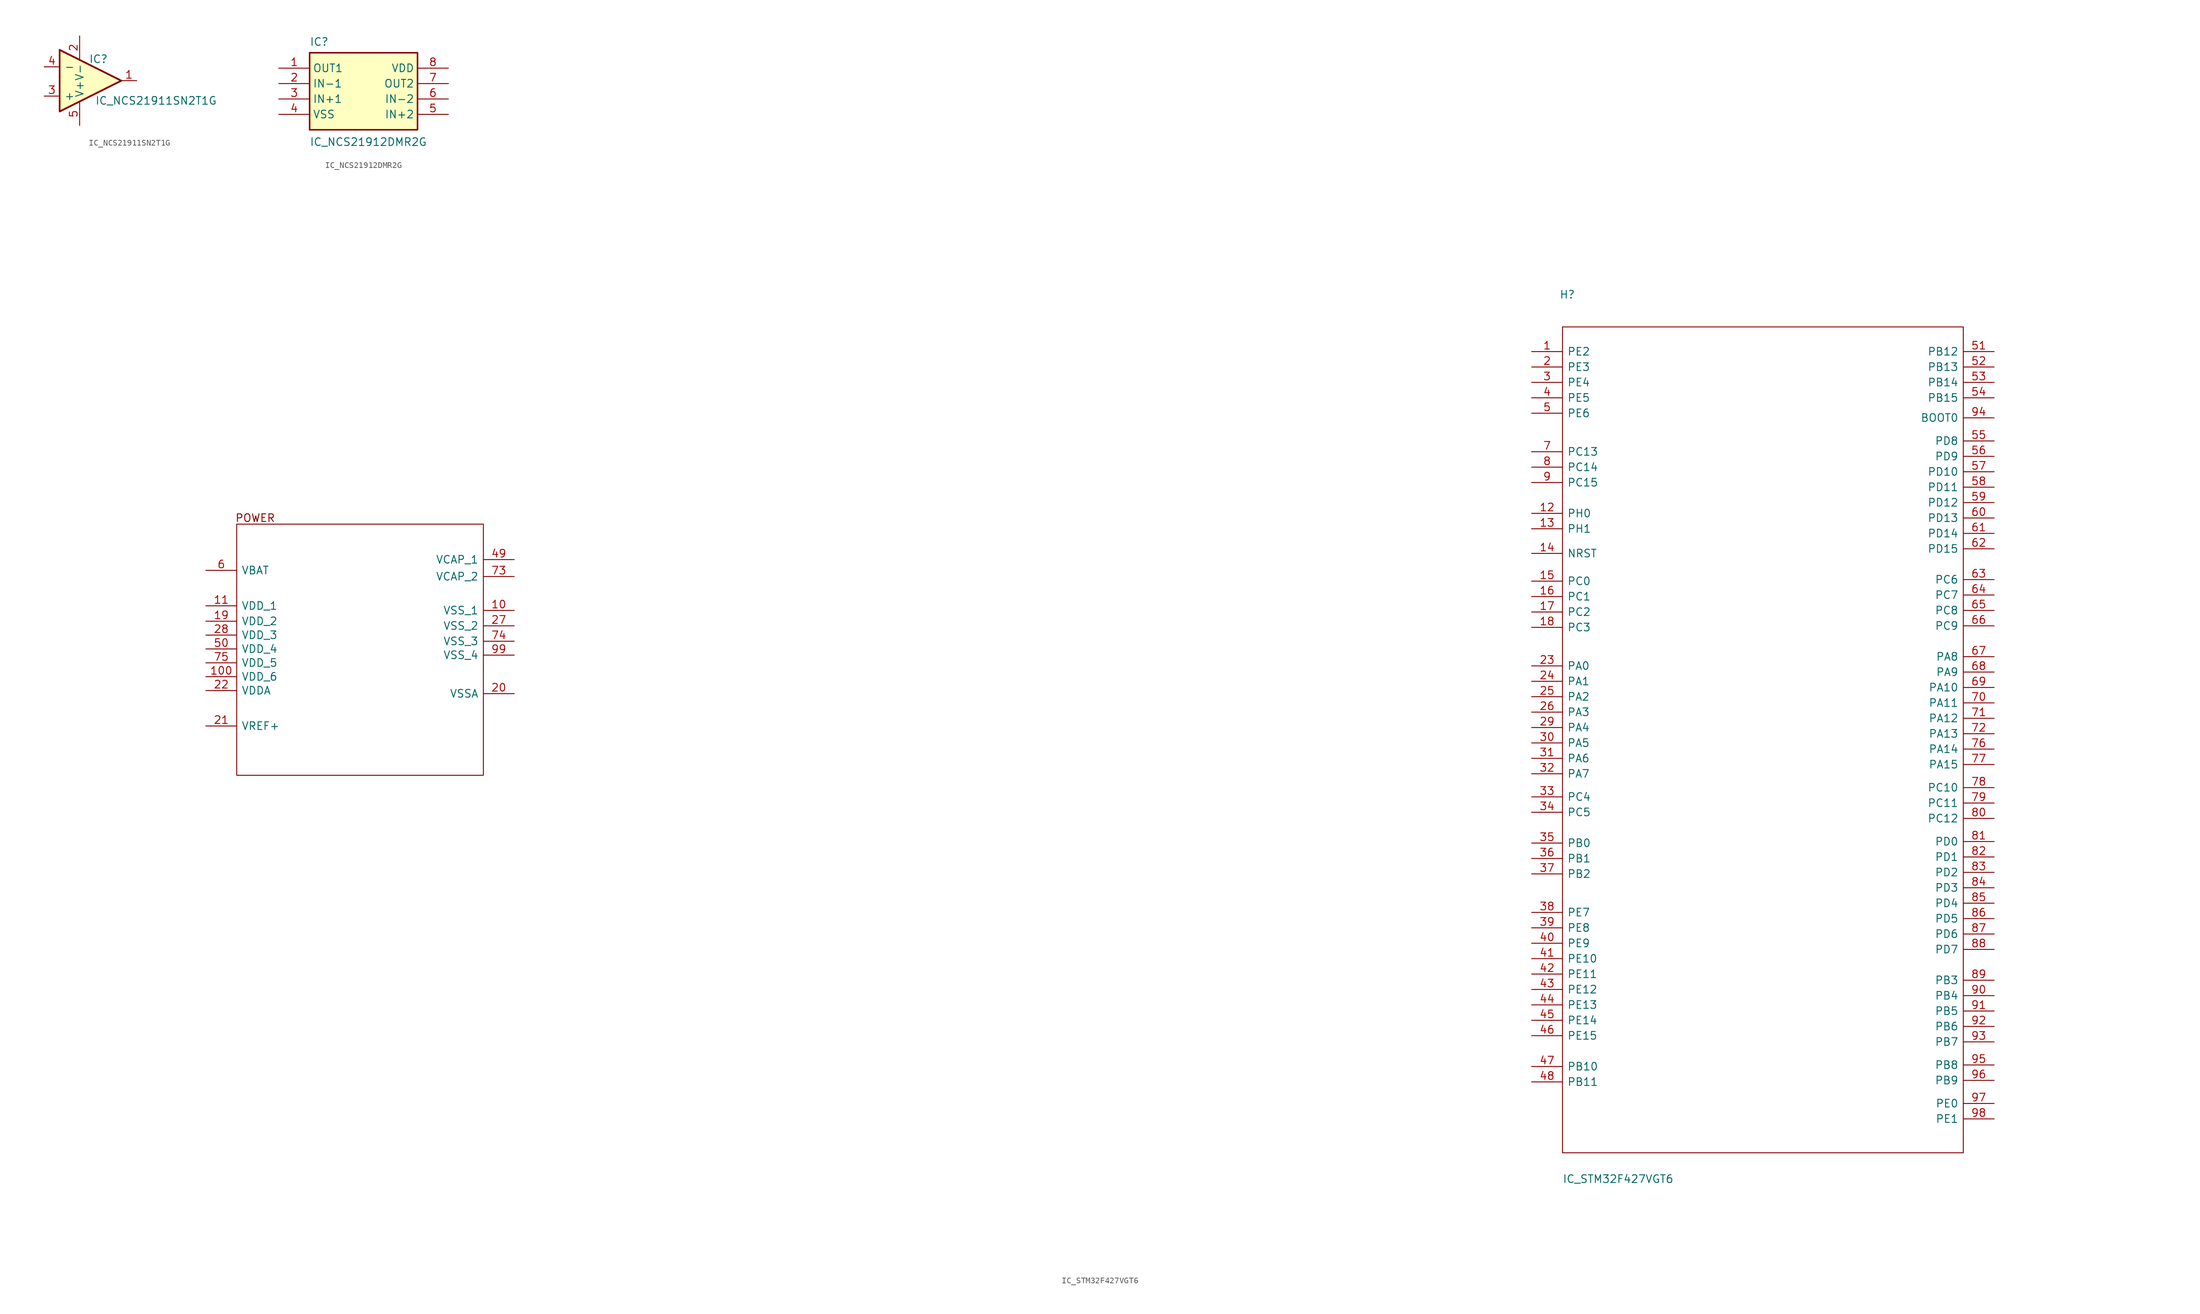
<source format=kicad_sym>
(kicad_symbol_lib
  (version 20220914)
  (generator kicad_symbol_editor)
  (symbol "IC_NCS21911SN2T1G"
    (pin_names
      (offset 0.762))
    (property "Reference" "IC"
      (at -1.524 -14.986 0)
      (effects (font (size 1.27 1.27)) (justify left)))
    (property "Value" "IC_NCS21911SN2T1G"
      (at -0.508 -21.844 0)
      (effects (font (size 1.27 1.27)) (justify left)))
    (symbol "IC_NCS21911SN2T1G_1_1"
      (polyline (pts (xy -6.35 -23.622) (xy 3.81 -18.542) (xy -6.35 -13.462) (xy -6.35 -23.622)) (stroke (width 0.254) (type default)) (fill (type background)))
      (polyline (pts (xy -6.35 -23.622) (xy 3.81 -18.542) (xy -6.35 -13.462) (xy -6.35 -23.622)) (stroke (width 0.254) (type default)) (fill (type background)))
      (polyline (pts (xy -6.35 -23.622) (xy 3.81 -18.542) (xy -6.35 -13.462) (xy -6.35 -23.622)) (stroke (width 0.254) (type default)) (fill (type background)))
      (polyline (pts (xy -6.35 -23.622) (xy 3.81 -18.542) (xy -6.35 -13.462) (xy -6.35 -23.622)) (stroke (width 0.254) (type default)) (fill (type background)))
      (pin output line (at 6.35 -18.542 180) (length 2.54) (name "~" (effects (font (size 1.27 1.27)))) (number "1" (effects (font (size 1.27 1.27)))))
      (pin power_in line (at -3.048 -11.176 270) (length 3.81) (name "V-" (effects (font (size 1.27 1.27)))) (number "2" (effects (font (size 1.27 1.27)))))
      (pin input line (at -8.89 -21.082 0) (length 2.54) (name "+" (effects (font (size 1.27 1.27)))) (number "3" (effects (font (size 1.27 1.27)))))
      (pin input line (at -8.89 -16.256 0) (length 2.54) (name "-" (effects (font (size 1.27 1.27)))) (number "4" (effects (font (size 1.27 1.27)))))
      (pin power_in line (at -3.048 -25.908 90) (length 3.81) (name "V+" (effects (font (size 1.27 1.27)))) (number "5" (effects (font (size 1.27 1.27)))))))
  (symbol "IC_NCS21912DMR2G"
    (property "Reference" "IC"
      (at 5.08 5.08 0)
      (effects (font (size 1.27 1.27)) (justify left top)))
    (property "Value" "IC_NCS21912DMR2G"
      (at 5.08 -11.43 0)
      (effects (font (size 1.27 1.27)) (justify left top)))
    (symbol "IC_NCS21912DMR2G_1_1"
      (rectangle (start 5.08 2.54) (end 22.86 -10.16) (stroke (width 0.254) (type default)) (fill (type background)))
      (pin output line (at 0 0 0) (length 5.08) (name "OUT1" (effects (font (size 1.27 1.27)))) (number "1" (effects (font (size 1.27 1.27)))))
      (pin input line (at 0 -2.54 0) (length 5.08) (name "IN-1" (effects (font (size 1.27 1.27)))) (number "2" (effects (font (size 1.27 1.27)))))
      (pin input line (at 0 -5.08 0) (length 5.08) (name "IN+1" (effects (font (size 1.27 1.27)))) (number "3" (effects (font (size 1.27 1.27)))))
      (pin power_in line (at 0 -7.62 0) (length 5.08) (name "VSS" (effects (font (size 1.27 1.27)))) (number "4" (effects (font (size 1.27 1.27)))))
      (pin input line (at 27.94 -7.62 180) (length 5.08) (name "IN+2" (effects (font (size 1.27 1.27)))) (number "5" (effects (font (size 1.27 1.27)))))
      (pin input line (at 27.94 -5.08 180) (length 5.08) (name "IN-2" (effects (font (size 1.27 1.27)))) (number "6" (effects (font (size 1.27 1.27)))))
      (pin output line (at 27.94 -2.54 180) (length 5.08) (name "OUT2" (effects (font (size 1.27 1.27)))) (number "7" (effects (font (size 1.27 1.27)))))
      (pin passive line (at 27.94 0 180) (length 5.08) (name "VDD" (effects (font (size 1.27 1.27)))) (number "8" (effects (font (size 1.27 1.27)))))))
  (symbol "IC_STM32F427VGT6"
    (pin_names
      (offset 0.762))
    (property "Reference" "H"
      (at 4.572 16.764 0)
      (effects (font (size 1.27 1.27)) (justify left)))
    (property "Value" "IC_STM32F427VGT6"
      (at 5.08 -129.032 0)
      (effects (font (size 1.27 1.27)) (justify left)))
    (symbol "IC_STM32F427VGT6_0_0"
      (pin passive line (at 0 7.366 0) (length 5.08) (name "PE2" (effects (font (size 1.27 1.27)))) (number "1" (effects (font (size 1.27 1.27)))))
      (pin passive line (at -167.64 -35.306 180) (length 5.08) (name "VSS_1" (effects (font (size 1.27 1.27)))) (number "10" (effects (font (size 1.27 1.27)))))
      (pin passive line (at -218.44 -46.228 0) (length 5.08) (name "VDD_6" (effects (font (size 1.27 1.27)))) (number "100" (effects (font (size 1.27 1.27)))))
      (pin passive line (at -218.44 -34.544 0) (length 5.08) (name "VDD_1" (effects (font (size 1.27 1.27)))) (number "11" (effects (font (size 1.27 1.27)))))
      (pin passive line (at 0 -19.304 0) (length 5.08) (name "PH0" (effects (font (size 1.27 1.27)))) (number "12" (effects (font (size 1.27 1.27)))))
      (pin passive line (at 0 -21.844 0) (length 5.08) (name "PH1" (effects (font (size 1.27 1.27)))) (number "13" (effects (font (size 1.27 1.27)))))
      (pin passive line (at 0 -25.908 0) (length 5.08) (name "NRST" (effects (font (size 1.27 1.27)))) (number "14" (effects (font (size 1.27 1.27)))))
      (pin passive line (at 0 -30.48 0) (length 5.08) (name "PC0" (effects (font (size 1.27 1.27)))) (number "15" (effects (font (size 1.27 1.27)))))
      (pin passive line (at 0 -33.02 0) (length 5.08) (name "PC1" (effects (font (size 1.27 1.27)))) (number "16" (effects (font (size 1.27 1.27)))))
      (pin passive line (at 0 -35.56 0) (length 5.08) (name "PC2" (effects (font (size 1.27 1.27)))) (number "17" (effects (font (size 1.27 1.27)))))
      (pin passive line (at 0 -38.1 0) (length 5.08) (name "PC3" (effects (font (size 1.27 1.27)))) (number "18" (effects (font (size 1.27 1.27)))))
      (pin passive line (at -218.44 -37.084 0) (length 5.08) (name "VDD_2" (effects (font (size 1.27 1.27)))) (number "19" (effects (font (size 1.27 1.27)))))
      (pin passive line (at 0 4.826 0) (length 5.08) (name "PE3" (effects (font (size 1.27 1.27)))) (number "2" (effects (font (size 1.27 1.27)))))
      (pin passive line (at -167.64 -49.022 180) (length 5.08) (name "VSSA" (effects (font (size 1.27 1.27)))) (number "20" (effects (font (size 1.27 1.27)))))
      (pin passive line (at -218.44 -54.356 0) (length 5.08) (name "VREF+" (effects (font (size 1.27 1.27)))) (number "21" (effects (font (size 1.27 1.27)))))
      (pin passive line (at -218.44 -48.514 0) (length 5.08) (name "VDDA" (effects (font (size 1.27 1.27)))) (number "22" (effects (font (size 1.27 1.27)))))
      (pin passive line (at 0 -44.45 0) (length 5.08) (name "PA0" (effects (font (size 1.27 1.27)))) (number "23" (effects (font (size 1.27 1.27)))))
      (pin passive line (at 0 -46.99 0) (length 5.08) (name "PA1" (effects (font (size 1.27 1.27)))) (number "24" (effects (font (size 1.27 1.27)))))
      (pin passive line (at 0 -49.53 0) (length 5.08) (name "PA2" (effects (font (size 1.27 1.27)))) (number "25" (effects (font (size 1.27 1.27)))))
      (pin passive line (at 0 -52.07 0) (length 5.08) (name "PA3" (effects (font (size 1.27 1.27)))) (number "26" (effects (font (size 1.27 1.27)))))
      (pin passive line (at -167.64 -37.846 180) (length 5.08) (name "VSS_2" (effects (font (size 1.27 1.27)))) (number "27" (effects (font (size 1.27 1.27)))))
      (pin passive line (at -218.44 -39.37 0) (length 5.08) (name "VDD_3" (effects (font (size 1.27 1.27)))) (number "28" (effects (font (size 1.27 1.27)))))
      (pin passive line (at 0 -54.61 0) (length 5.08) (name "PA4" (effects (font (size 1.27 1.27)))) (number "29" (effects (font (size 1.27 1.27)))))
      (pin passive line (at 0 2.286 0) (length 5.08) (name "PE4" (effects (font (size 1.27 1.27)))) (number "3" (effects (font (size 1.27 1.27)))))
      (pin passive line (at 0 -57.15 0) (length 5.08) (name "PA5" (effects (font (size 1.27 1.27)))) (number "30" (effects (font (size 1.27 1.27)))))
      (pin passive line (at 0 -59.69 0) (length 5.08) (name "PA6" (effects (font (size 1.27 1.27)))) (number "31" (effects (font (size 1.27 1.27)))))
      (pin passive line (at 0 -62.23 0) (length 5.08) (name "PA7" (effects (font (size 1.27 1.27)))) (number "32" (effects (font (size 1.27 1.27)))))
      (pin passive line (at 0 -66.04 0) (length 5.08) (name "PC4" (effects (font (size 1.27 1.27)))) (number "33" (effects (font (size 1.27 1.27)))))
      (pin passive line (at 0 -68.58 0) (length 5.08) (name "PC5" (effects (font (size 1.27 1.27)))) (number "34" (effects (font (size 1.27 1.27)))))
      (pin passive line (at 0 -73.66 0) (length 5.08) (name "PB0" (effects (font (size 1.27 1.27)))) (number "35" (effects (font (size 1.27 1.27)))))
      (pin passive line (at 0 -76.2 0) (length 5.08) (name "PB1" (effects (font (size 1.27 1.27)))) (number "36" (effects (font (size 1.27 1.27)))))
      (pin passive line (at 0 -78.74 0) (length 5.08) (name "PB2" (effects (font (size 1.27 1.27)))) (number "37" (effects (font (size 1.27 1.27)))))
      (pin passive line (at 0 -85.09 0) (length 5.08) (name "PE7" (effects (font (size 1.27 1.27)))) (number "38" (effects (font (size 1.27 1.27)))))
      (pin passive line (at 0 -87.63 0) (length 5.08) (name "PE8" (effects (font (size 1.27 1.27)))) (number "39" (effects (font (size 1.27 1.27)))))
      (pin passive line (at 0 -0.254 0) (length 5.08) (name "PE5" (effects (font (size 1.27 1.27)))) (number "4" (effects (font (size 1.27 1.27)))))
      (pin passive line (at 0 -90.17 0) (length 5.08) (name "PE9" (effects (font (size 1.27 1.27)))) (number "40" (effects (font (size 1.27 1.27)))))
      (pin passive line (at 0 -92.71 0) (length 5.08) (name "PE10" (effects (font (size 1.27 1.27)))) (number "41" (effects (font (size 1.27 1.27)))))
      (pin passive line (at 0 -95.25 0) (length 5.08) (name "PE11" (effects (font (size 1.27 1.27)))) (number "42" (effects (font (size 1.27 1.27)))))
      (pin passive line (at 0 -97.79 0) (length 5.08) (name "PE12" (effects (font (size 1.27 1.27)))) (number "43" (effects (font (size 1.27 1.27)))))
      (pin passive line (at 0 -100.33 0) (length 5.08) (name "PE13" (effects (font (size 1.27 1.27)))) (number "44" (effects (font (size 1.27 1.27)))))
      (pin passive line (at 0 -102.87 0) (length 5.08) (name "PE14" (effects (font (size 1.27 1.27)))) (number "45" (effects (font (size 1.27 1.27)))))
      (pin passive line (at 0 -105.41 0) (length 5.08) (name "PE15" (effects (font (size 1.27 1.27)))) (number "46" (effects (font (size 1.27 1.27)))))
      (pin passive line (at 0 -110.49 0) (length 5.08) (name "PB10" (effects (font (size 1.27 1.27)))) (number "47" (effects (font (size 1.27 1.27)))))
      (pin passive line (at 0 -113.03 0) (length 5.08) (name "PB11" (effects (font (size 1.27 1.27)))) (number "48" (effects (font (size 1.27 1.27)))))
      (pin passive line (at -167.64 -26.924 180) (length 5.08) (name "VCAP_1" (effects (font (size 1.27 1.27)))) (number "49" (effects (font (size 1.27 1.27)))))
      (pin passive line (at 0 -2.794 0) (length 5.08) (name "PE6" (effects (font (size 1.27 1.27)))) (number "5" (effects (font (size 1.27 1.27)))))
      (pin passive line (at -218.44 -41.656 0) (length 5.08) (name "VDD_4" (effects (font (size 1.27 1.27)))) (number "50" (effects (font (size 1.27 1.27)))))
      (pin passive line (at 76.2 7.366 180) (length 5.08) (name "PB12" (effects (font (size 1.27 1.27)))) (number "51" (effects (font (size 1.27 1.27)))))
      (pin passive line (at 76.2 4.826 180) (length 5.08) (name "PB13" (effects (font (size 1.27 1.27)))) (number "52" (effects (font (size 1.27 1.27)))))
      (pin passive line (at 76.2 2.286 180) (length 5.08) (name "PB14" (effects (font (size 1.27 1.27)))) (number "53" (effects (font (size 1.27 1.27)))))
      (pin passive line (at 76.2 -0.254 180) (length 5.08) (name "PB15" (effects (font (size 1.27 1.27)))) (number "54" (effects (font (size 1.27 1.27)))))
      (pin passive line (at 76.2 -7.366 180) (length 5.08) (name "PD8" (effects (font (size 1.27 1.27)))) (number "55" (effects (font (size 1.27 1.27)))))
      (pin passive line (at 76.2 -9.906 180) (length 5.08) (name "PD9" (effects (font (size 1.27 1.27)))) (number "56" (effects (font (size 1.27 1.27)))))
      (pin passive line (at 76.2 -12.446 180) (length 5.08) (name "PD10" (effects (font (size 1.27 1.27)))) (number "57" (effects (font (size 1.27 1.27)))))
      (pin passive line (at 76.2 -14.986 180) (length 5.08) (name "PD11" (effects (font (size 1.27 1.27)))) (number "58" (effects (font (size 1.27 1.27)))))
      (pin passive line (at 76.2 -17.526 180) (length 5.08) (name "PD12" (effects (font (size 1.27 1.27)))) (number "59" (effects (font (size 1.27 1.27)))))
      (pin passive line (at -218.44 -28.702 0) (length 5.08) (name "VBAT" (effects (font (size 1.27 1.27)))) (number "6" (effects (font (size 1.27 1.27)))))
      (pin passive line (at 76.2 -20.066 180) (length 5.08) (name "PD13" (effects (font (size 1.27 1.27)))) (number "60" (effects (font (size 1.27 1.27)))))
      (pin passive line (at 76.2 -22.606 180) (length 5.08) (name "PD14" (effects (font (size 1.27 1.27)))) (number "61" (effects (font (size 1.27 1.27)))))
      (pin passive line (at 76.2 -25.146 180) (length 5.08) (name "PD15" (effects (font (size 1.27 1.27)))) (number "62" (effects (font (size 1.27 1.27)))))
      (pin passive line (at 76.2 -30.226 180) (length 5.08) (name "PC6" (effects (font (size 1.27 1.27)))) (number "63" (effects (font (size 1.27 1.27)))))
      (pin passive line (at 76.2 -32.766 180) (length 5.08) (name "PC7" (effects (font (size 1.27 1.27)))) (number "64" (effects (font (size 1.27 1.27)))))
      (pin passive line (at 76.2 -35.306 180) (length 5.08) (name "PC8" (effects (font (size 1.27 1.27)))) (number "65" (effects (font (size 1.27 1.27)))))
      (pin passive line (at 76.2 -37.846 180) (length 5.08) (name "PC9" (effects (font (size 1.27 1.27)))) (number "66" (effects (font (size 1.27 1.27)))))
      (pin passive line (at 76.2 -42.926 180) (length 5.08) (name "PA8" (effects (font (size 1.27 1.27)))) (number "67" (effects (font (size 1.27 1.27)))))
      (pin passive line (at 76.2 -45.466 180) (length 5.08) (name "PA9" (effects (font (size 1.27 1.27)))) (number "68" (effects (font (size 1.27 1.27)))))
      (pin passive line (at 76.2 -48.006 180) (length 5.08) (name "PA10" (effects (font (size 1.27 1.27)))) (number "69" (effects (font (size 1.27 1.27)))))
      (pin passive line (at 0 -9.144 0) (length 5.08) (name "PC13" (effects (font (size 1.27 1.27)))) (number "7" (effects (font (size 1.27 1.27)))))
      (pin passive line (at 76.2 -50.546 180) (length 5.08) (name "PA11" (effects (font (size 1.27 1.27)))) (number "70" (effects (font (size 1.27 1.27)))))
      (pin passive line (at 76.2 -53.086 180) (length 5.08) (name "PA12" (effects (font (size 1.27 1.27)))) (number "71" (effects (font (size 1.27 1.27)))))
      (pin passive line (at 76.2 -55.626 180) (length 5.08) (name "PA13" (effects (font (size 1.27 1.27)))) (number "72" (effects (font (size 1.27 1.27)))))
      (pin passive line (at -167.64 -29.718 180) (length 5.08) (name "VCAP_2" (effects (font (size 1.27 1.27)))) (number "73" (effects (font (size 1.27 1.27)))))
      (pin passive line (at -167.64 -40.386 180) (length 5.08) (name "VSS_3" (effects (font (size 1.27 1.27)))) (number "74" (effects (font (size 1.27 1.27)))))
      (pin passive line (at -218.44 -43.942 0) (length 5.08) (name "VDD_5" (effects (font (size 1.27 1.27)))) (number "75" (effects (font (size 1.27 1.27)))))
      (pin passive line (at 76.2 -58.166 180) (length 5.08) (name "PA14" (effects (font (size 1.27 1.27)))) (number "76" (effects (font (size 1.27 1.27)))))
      (pin passive line (at 76.2 -60.706 180) (length 5.08) (name "PA15" (effects (font (size 1.27 1.27)))) (number "77" (effects (font (size 1.27 1.27)))))
      (pin passive line (at 76.2 -64.516 180) (length 5.08) (name "PC10" (effects (font (size 1.27 1.27)))) (number "78" (effects (font (size 1.27 1.27)))))
      (pin passive line (at 76.2 -67.056 180) (length 5.08) (name "PC11" (effects (font (size 1.27 1.27)))) (number "79" (effects (font (size 1.27 1.27)))))
      (pin passive line (at 0 -11.684 0) (length 5.08) (name "PC14" (effects (font (size 1.27 1.27)))) (number "8" (effects (font (size 1.27 1.27)))))
      (pin passive line (at 76.2 -69.596 180) (length 5.08) (name "PC12" (effects (font (size 1.27 1.27)))) (number "80" (effects (font (size 1.27 1.27)))))
      (pin passive line (at 76.2 -73.406 180) (length 5.08) (name "PD0" (effects (font (size 1.27 1.27)))) (number "81" (effects (font (size 1.27 1.27)))))
      (pin passive line (at 76.2 -75.946 180) (length 5.08) (name "PD1" (effects (font (size 1.27 1.27)))) (number "82" (effects (font (size 1.27 1.27)))))
      (pin passive line (at 76.2 -78.486 180) (length 5.08) (name "PD2" (effects (font (size 1.27 1.27)))) (number "83" (effects (font (size 1.27 1.27)))))
      (pin passive line (at 76.2 -81.026 180) (length 5.08) (name "PD3" (effects (font (size 1.27 1.27)))) (number "84" (effects (font (size 1.27 1.27)))))
      (pin passive line (at 76.2 -83.566 180) (length 5.08) (name "PD4" (effects (font (size 1.27 1.27)))) (number "85" (effects (font (size 1.27 1.27)))))
      (pin passive line (at 76.2 -86.106 180) (length 5.08) (name "PD5" (effects (font (size 1.27 1.27)))) (number "86" (effects (font (size 1.27 1.27)))))
      (pin passive line (at 76.2 -88.646 180) (length 5.08) (name "PD6" (effects (font (size 1.27 1.27)))) (number "87" (effects (font (size 1.27 1.27)))))
      (pin passive line (at 76.2 -91.186 180) (length 5.08) (name "PD7" (effects (font (size 1.27 1.27)))) (number "88" (effects (font (size 1.27 1.27)))))
      (pin passive line (at 76.2 -96.266 180) (length 5.08) (name "PB3" (effects (font (size 1.27 1.27)))) (number "89" (effects (font (size 1.27 1.27)))))
      (pin passive line (at 0 -14.224 0) (length 5.08) (name "PC15" (effects (font (size 1.27 1.27)))) (number "9" (effects (font (size 1.27 1.27)))))
      (pin passive line (at 76.2 -98.806 180) (length 5.08) (name "PB4" (effects (font (size 1.27 1.27)))) (number "90" (effects (font (size 1.27 1.27)))))
      (pin passive line (at 76.2 -101.346 180) (length 5.08) (name "PB5" (effects (font (size 1.27 1.27)))) (number "91" (effects (font (size 1.27 1.27)))))
      (pin passive line (at 76.2 -103.886 180) (length 5.08) (name "PB6" (effects (font (size 1.27 1.27)))) (number "92" (effects (font (size 1.27 1.27)))))
      (pin passive line (at 76.2 -106.426 180) (length 5.08) (name "PB7" (effects (font (size 1.27 1.27)))) (number "93" (effects (font (size 1.27 1.27)))))
      (pin passive line (at 76.2 -3.556 180) (length 5.08) (name "BOOT0" (effects (font (size 1.27 1.27)))) (number "94" (effects (font (size 1.27 1.27)))))
      (pin passive line (at 76.2 -110.236 180) (length 5.08) (name "PB8" (effects (font (size 1.27 1.27)))) (number "95" (effects (font (size 1.27 1.27)))))
      (pin passive line (at 76.2 -112.776 180) (length 5.08) (name "PB9" (effects (font (size 1.27 1.27)))) (number "96" (effects (font (size 1.27 1.27)))))
      (pin passive line (at 76.2 -116.586 180) (length 5.08) (name "PE0" (effects (font (size 1.27 1.27)))) (number "97" (effects (font (size 1.27 1.27)))))
      (pin passive line (at 76.2 -119.126 180) (length 5.08) (name "PE1" (effects (font (size 1.27 1.27)))) (number "98" (effects (font (size 1.27 1.27)))))
      (pin passive line (at -167.64 -42.672 180) (length 5.08) (name "VSS_4" (effects (font (size 1.27 1.27)))) (number "99" (effects (font (size 1.27 1.27))))))
    (symbol "IC_STM32F427VGT6_0_1"
      (rectangle (start -213.36 -21.082) (end -172.72 -62.484) (stroke (width 0) (type default)) (fill (type none)))
      (rectangle (start 5.08 11.43) (end 71.12 -124.714) (stroke (width 0) (type default)) (fill (type none)))
      (text "POWER\n" (at -210.312 -20.066 0) (effects (font (size 1.27 1.27)))))))
</source>
